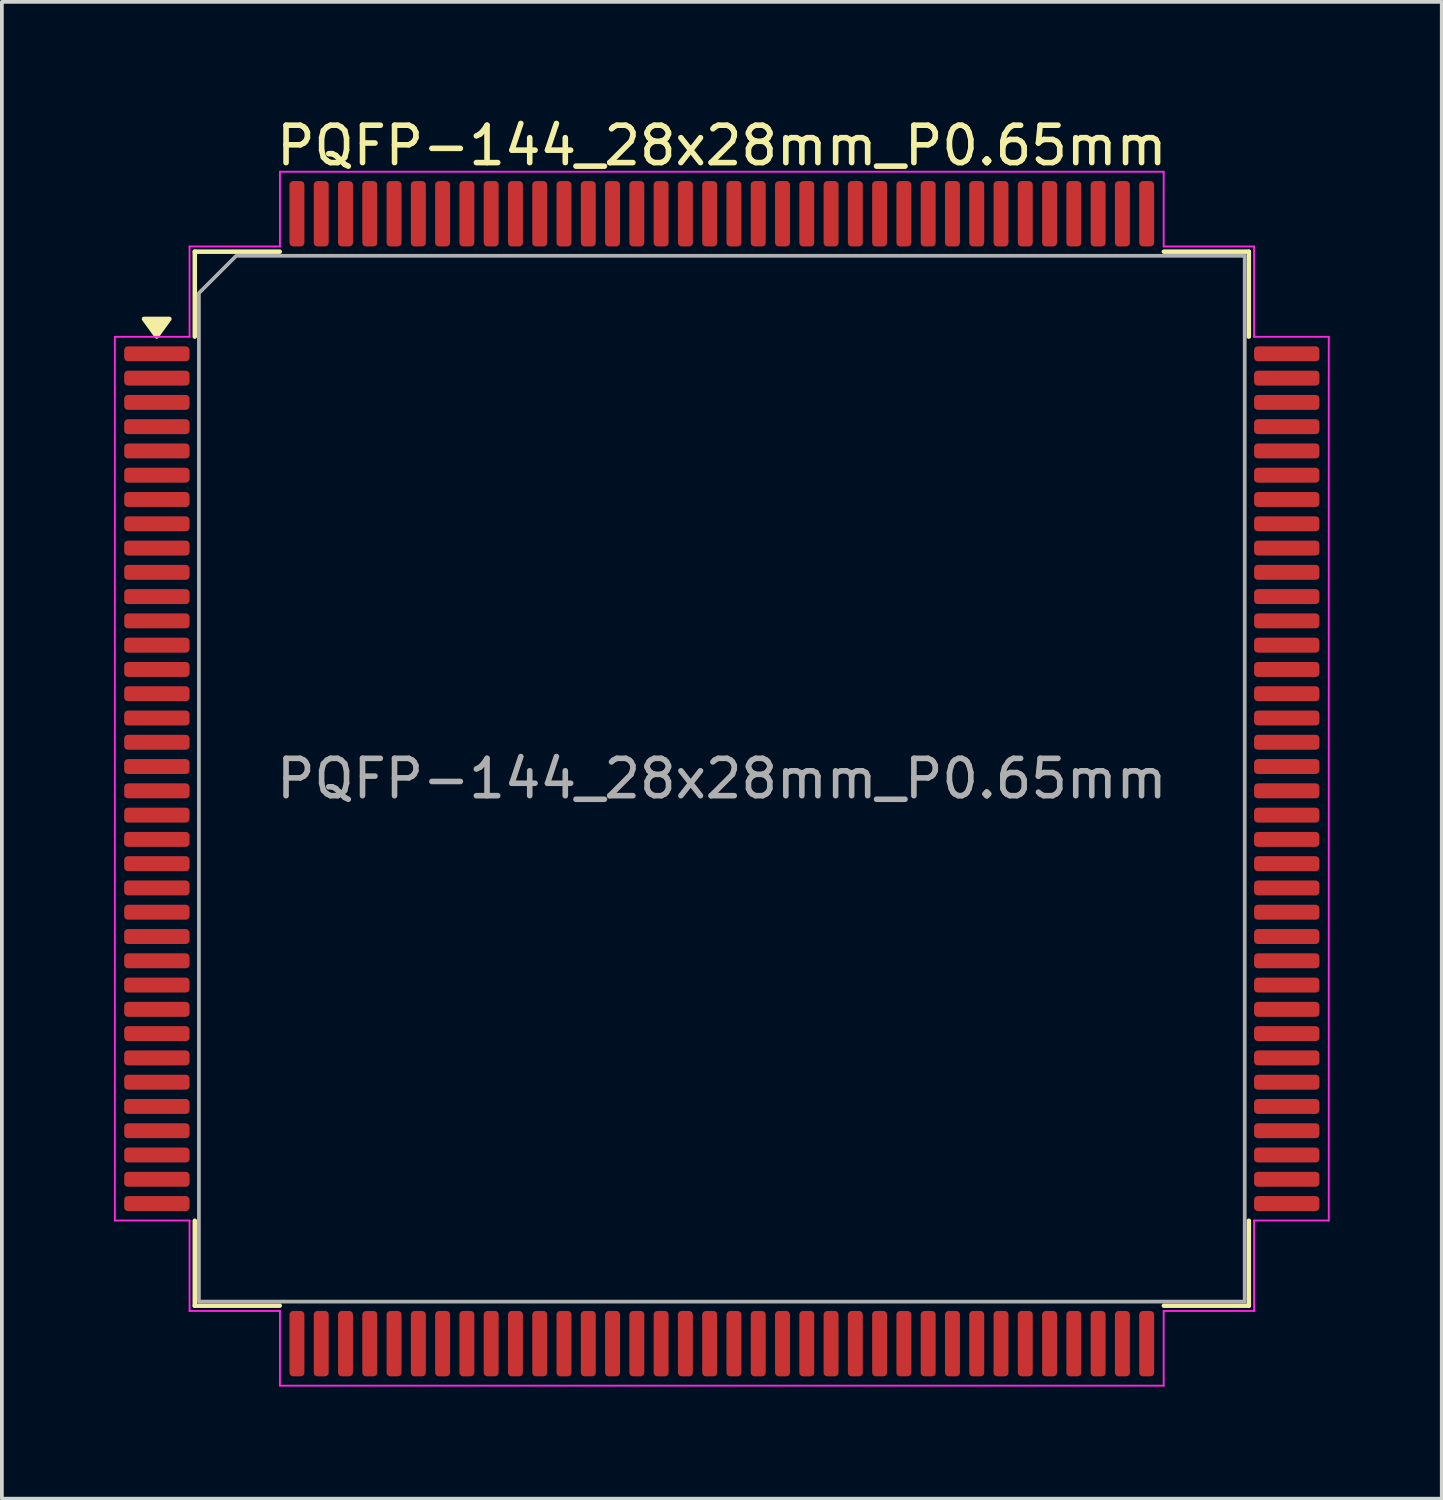
<source format=kicad_pcb>
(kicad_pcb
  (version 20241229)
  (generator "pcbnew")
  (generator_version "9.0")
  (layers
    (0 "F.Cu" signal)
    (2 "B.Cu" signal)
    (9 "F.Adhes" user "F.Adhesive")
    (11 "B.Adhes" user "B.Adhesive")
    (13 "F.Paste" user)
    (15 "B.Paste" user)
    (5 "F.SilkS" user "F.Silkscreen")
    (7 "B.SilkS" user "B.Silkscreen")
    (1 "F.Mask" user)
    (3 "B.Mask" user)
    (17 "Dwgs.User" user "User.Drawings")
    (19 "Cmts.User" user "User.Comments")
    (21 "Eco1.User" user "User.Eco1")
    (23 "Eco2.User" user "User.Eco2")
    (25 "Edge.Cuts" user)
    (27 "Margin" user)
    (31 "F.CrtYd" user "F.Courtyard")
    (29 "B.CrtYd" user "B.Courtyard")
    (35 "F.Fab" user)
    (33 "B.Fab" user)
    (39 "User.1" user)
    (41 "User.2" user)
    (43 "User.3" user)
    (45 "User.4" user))
  (footprint "PQFP-144_28x28mm_P0.65mm"
    (layer "F.Cu")
    (at 16.275 17.798)
    (property "Reference" "PQFP-144_28x28mm_P0.65mm" (at 0 -16.95 0) (layer "F.SilkS") (effects (font (size 1 1) (thickness 0.15))))
    (attr smd)
    (fp_line (start -14.11 -14.11) (end -11.835 -14.11) (stroke (width 0.12) (type solid)) (layer "F.SilkS"))
    (fp_line (start -14.11 -11.835) (end -14.11 -14.11) (stroke (width 0.12) (type solid)) (layer "F.SilkS"))
    (fp_line (start -14.11 14.11) (end -14.11 11.835) (stroke (width 0.12) (type solid)) (layer "F.SilkS"))
    (fp_line (start -11.835 14.11) (end -14.11 14.11) (stroke (width 0.12) (type solid)) (layer "F.SilkS"))
    (fp_line (start 11.835 -14.11) (end 14.11 -14.11) (stroke (width 0.12) (type solid)) (layer "F.SilkS"))
    (fp_line (start 14.11 -14.11) (end 14.11 -11.835) (stroke (width 0.12) (type solid)) (layer "F.SilkS"))
    (fp_line (start 14.11 11.835) (end 14.11 14.11) (stroke (width 0.12) (type solid)) (layer "F.SilkS"))
    (fp_line (start 14.11 14.11) (end 11.835 14.11) (stroke (width 0.12) (type solid)) (layer "F.SilkS"))
    (fp_poly (pts (xy -15.13 -11.84) (xy -15.47 -12.31) (xy -14.79 -12.31)) (stroke (width 0.12) (type solid)) (fill yes) (layer "F.SilkS"))
    (fp_line (start -16.25 -11.83) (end -14.25 -11.83) (stroke (width 0.05) (type solid)) (layer "F.CrtYd"))
    (fp_line (start -16.25 11.83) (end -16.25 -11.83) (stroke (width 0.05) (type solid)) (layer "F.CrtYd"))
    (fp_line (start -14.25 -14.25) (end -11.83 -14.25) (stroke (width 0.05) (type solid)) (layer "F.CrtYd"))
    (fp_line (start -14.25 -11.83) (end -14.25 -14.25) (stroke (width 0.05) (type solid)) (layer "F.CrtYd"))
    (fp_line (start -14.25 11.83) (end -16.25 11.83) (stroke (width 0.05) (type solid)) (layer "F.CrtYd"))
    (fp_line (start -14.25 14.25) (end -14.25 11.83) (stroke (width 0.05) (type solid)) (layer "F.CrtYd"))
    (fp_line (start -11.83 -16.25) (end 11.83 -16.25) (stroke (width 0.05) (type solid)) (layer "F.CrtYd"))
    (fp_line (start -11.83 -14.25) (end -11.83 -16.25) (stroke (width 0.05) (type solid)) (layer "F.CrtYd"))
    (fp_line (start -11.83 14.25) (end -14.25 14.25) (stroke (width 0.05) (type solid)) (layer "F.CrtYd"))
    (fp_line (start -11.83 16.25) (end -11.83 14.25) (stroke (width 0.05) (type solid)) (layer "F.CrtYd"))
    (fp_line (start 11.83 -16.25) (end 11.83 -14.25) (stroke (width 0.05) (type solid)) (layer "F.CrtYd"))
    (fp_line (start 11.83 -14.25) (end 14.25 -14.25) (stroke (width 0.05) (type solid)) (layer "F.CrtYd"))
    (fp_line (start 11.83 14.25) (end 11.83 16.25) (stroke (width 0.05) (type solid)) (layer "F.CrtYd"))
    (fp_line (start 11.83 16.25) (end -11.83 16.25) (stroke (width 0.05) (type solid)) (layer "F.CrtYd"))
    (fp_line (start 14.25 -14.25) (end 14.25 -11.83) (stroke (width 0.05) (type solid)) (layer "F.CrtYd"))
    (fp_line (start 14.25 -11.83) (end 16.25 -11.83) (stroke (width 0.05) (type solid)) (layer "F.CrtYd"))
    (fp_line (start 14.25 11.83) (end 14.25 14.25) (stroke (width 0.05) (type solid)) (layer "F.CrtYd"))
    (fp_line (start 14.25 14.25) (end 11.83 14.25) (stroke (width 0.05) (type solid)) (layer "F.CrtYd"))
    (fp_line (start 16.25 -11.83) (end 16.25 11.83) (stroke (width 0.05) (type solid)) (layer "F.CrtYd"))
    (fp_line (start 16.25 11.83) (end 14.25 11.83) (stroke (width 0.05) (type solid)) (layer "F.CrtYd"))
    (fp_poly (pts (xy -14 -13) (xy -14 14) (xy 14 14) (xy 14 -14) (xy -13 -14)) (stroke (width 0.1) (type solid)) (fill no) (layer "F.Fab"))
    (fp_text user "${REFERENCE}" (at 0 0 0) (layer "F.Fab") (effects (font (size 1 1) (thickness 0.15))))
    (pad "1" smd roundrect (at -15.125 -11.375) (size 1.75 0.4) (layers "F.Cu" "F.Mask" "F.Paste") (roundrect_rratio 0.25))
    (pad "2" smd roundrect (at -15.125 -10.725) (size 1.75 0.4) (layers "F.Cu" "F.Mask" "F.Paste") (roundrect_rratio 0.25))
    (pad "3" smd roundrect (at -15.125 -10.075) (size 1.75 0.4) (layers "F.Cu" "F.Mask" "F.Paste") (roundrect_rratio 0.25))
    (pad "4" smd roundrect (at -15.125 -9.425) (size 1.75 0.4) (layers "F.Cu" "F.Mask" "F.Paste") (roundrect_rratio 0.25))
    (pad "5" smd roundrect (at -15.125 -8.775) (size 1.75 0.4) (layers "F.Cu" "F.Mask" "F.Paste") (roundrect_rratio 0.25))
    (pad "6" smd roundrect (at -15.125 -8.125) (size 1.75 0.4) (layers "F.Cu" "F.Mask" "F.Paste") (roundrect_rratio 0.25))
    (pad "7" smd roundrect (at -15.125 -7.475) (size 1.75 0.4) (layers "F.Cu" "F.Mask" "F.Paste") (roundrect_rratio 0.25))
    (pad "8" smd roundrect (at -15.125 -6.825) (size 1.75 0.4) (layers "F.Cu" "F.Mask" "F.Paste") (roundrect_rratio 0.25))
    (pad "9" smd roundrect (at -15.125 -6.175) (size 1.75 0.4) (layers "F.Cu" "F.Mask" "F.Paste") (roundrect_rratio 0.25))
    (pad "10" smd roundrect (at -15.125 -5.525) (size 1.75 0.4) (layers "F.Cu" "F.Mask" "F.Paste") (roundrect_rratio 0.25))
    (pad "11" smd roundrect (at -15.125 -4.875) (size 1.75 0.4) (layers "F.Cu" "F.Mask" "F.Paste") (roundrect_rratio 0.25))
    (pad "12" smd roundrect (at -15.125 -4.225) (size 1.75 0.4) (layers "F.Cu" "F.Mask" "F.Paste") (roundrect_rratio 0.25))
    (pad "13" smd roundrect (at -15.125 -3.575) (size 1.75 0.4) (layers "F.Cu" "F.Mask" "F.Paste") (roundrect_rratio 0.25))
    (pad "14" smd roundrect (at -15.125 -2.925) (size 1.75 0.4) (layers "F.Cu" "F.Mask" "F.Paste") (roundrect_rratio 0.25))
    (pad "15" smd roundrect (at -15.125 -2.275) (size 1.75 0.4) (layers "F.Cu" "F.Mask" "F.Paste") (roundrect_rratio 0.25))
    (pad "16" smd roundrect (at -15.125 -1.625) (size 1.75 0.4) (layers "F.Cu" "F.Mask" "F.Paste") (roundrect_rratio 0.25))
    (pad "17" smd roundrect (at -15.125 -0.975) (size 1.75 0.4) (layers "F.Cu" "F.Mask" "F.Paste") (roundrect_rratio 0.25))
    (pad "18" smd roundrect (at -15.125 -0.325) (size 1.75 0.4) (layers "F.Cu" "F.Mask" "F.Paste") (roundrect_rratio 0.25))
    (pad "19" smd roundrect (at -15.125 0.325) (size 1.75 0.4) (layers "F.Cu" "F.Mask" "F.Paste") (roundrect_rratio 0.25))
    (pad "20" smd roundrect (at -15.125 0.975) (size 1.75 0.4) (layers "F.Cu" "F.Mask" "F.Paste") (roundrect_rratio 0.25))
    (pad "21" smd roundrect (at -15.125 1.625) (size 1.75 0.4) (layers "F.Cu" "F.Mask" "F.Paste") (roundrect_rratio 0.25))
    (pad "22" smd roundrect (at -15.125 2.275) (size 1.75 0.4) (layers "F.Cu" "F.Mask" "F.Paste") (roundrect_rratio 0.25))
    (pad "23" smd roundrect (at -15.125 2.925) (size 1.75 0.4) (layers "F.Cu" "F.Mask" "F.Paste") (roundrect_rratio 0.25))
    (pad "24" smd roundrect (at -15.125 3.575) (size 1.75 0.4) (layers "F.Cu" "F.Mask" "F.Paste") (roundrect_rratio 0.25))
    (pad "25" smd roundrect (at -15.125 4.225) (size 1.75 0.4) (layers "F.Cu" "F.Mask" "F.Paste") (roundrect_rratio 0.25))
    (pad "26" smd roundrect (at -15.125 4.875) (size 1.75 0.4) (layers "F.Cu" "F.Mask" "F.Paste") (roundrect_rratio 0.25))
    (pad "27" smd roundrect (at -15.125 5.525) (size 1.75 0.4) (layers "F.Cu" "F.Mask" "F.Paste") (roundrect_rratio 0.25))
    (pad "28" smd roundrect (at -15.125 6.175) (size 1.75 0.4) (layers "F.Cu" "F.Mask" "F.Paste") (roundrect_rratio 0.25))
    (pad "29" smd roundrect (at -15.125 6.825) (size 1.75 0.4) (layers "F.Cu" "F.Mask" "F.Paste") (roundrect_rratio 0.25))
    (pad "30" smd roundrect (at -15.125 7.475) (size 1.75 0.4) (layers "F.Cu" "F.Mask" "F.Paste") (roundrect_rratio 0.25))
    (pad "31" smd roundrect (at -15.125 8.125) (size 1.75 0.4) (layers "F.Cu" "F.Mask" "F.Paste") (roundrect_rratio 0.25))
    (pad "32" smd roundrect (at -15.125 8.775) (size 1.75 0.4) (layers "F.Cu" "F.Mask" "F.Paste") (roundrect_rratio 0.25))
    (pad "33" smd roundrect (at -15.125 9.425) (size 1.75 0.4) (layers "F.Cu" "F.Mask" "F.Paste") (roundrect_rratio 0.25))
    (pad "34" smd roundrect (at -15.125 10.075) (size 1.75 0.4) (layers "F.Cu" "F.Mask" "F.Paste") (roundrect_rratio 0.25))
    (pad "35" smd roundrect (at -15.125 10.725) (size 1.75 0.4) (layers "F.Cu" "F.Mask" "F.Paste") (roundrect_rratio 0.25))
    (pad "36" smd roundrect (at -15.125 11.375) (size 1.75 0.4) (layers "F.Cu" "F.Mask" "F.Paste") (roundrect_rratio 0.25))
    (pad "37" smd roundrect (at -11.375 15.125) (size 0.4 1.75) (layers "F.Cu" "F.Mask" "F.Paste") (roundrect_rratio 0.25))
    (pad "38" smd roundrect (at -10.725 15.125) (size 0.4 1.75) (layers "F.Cu" "F.Mask" "F.Paste") (roundrect_rratio 0.25))
    (pad "39" smd roundrect (at -10.075 15.125) (size 0.4 1.75) (layers "F.Cu" "F.Mask" "F.Paste") (roundrect_rratio 0.25))
    (pad "40" smd roundrect (at -9.425 15.125) (size 0.4 1.75) (layers "F.Cu" "F.Mask" "F.Paste") (roundrect_rratio 0.25))
    (pad "41" smd roundrect (at -8.775 15.125) (size 0.4 1.75) (layers "F.Cu" "F.Mask" "F.Paste") (roundrect_rratio 0.25))
    (pad "42" smd roundrect (at -8.125 15.125) (size 0.4 1.75) (layers "F.Cu" "F.Mask" "F.Paste") (roundrect_rratio 0.25))
    (pad "43" smd roundrect (at -7.475 15.125) (size 0.4 1.75) (layers "F.Cu" "F.Mask" "F.Paste") (roundrect_rratio 0.25))
    (pad "44" smd roundrect (at -6.825 15.125) (size 0.4 1.75) (layers "F.Cu" "F.Mask" "F.Paste") (roundrect_rratio 0.25))
    (pad "45" smd roundrect (at -6.175 15.125) (size 0.4 1.75) (layers "F.Cu" "F.Mask" "F.Paste") (roundrect_rratio 0.25))
    (pad "46" smd roundrect (at -5.525 15.125) (size 0.4 1.75) (layers "F.Cu" "F.Mask" "F.Paste") (roundrect_rratio 0.25))
    (pad "47" smd roundrect (at -4.875 15.125) (size 0.4 1.75) (layers "F.Cu" "F.Mask" "F.Paste") (roundrect_rratio 0.25))
    (pad "48" smd roundrect (at -4.225 15.125) (size 0.4 1.75) (layers "F.Cu" "F.Mask" "F.Paste") (roundrect_rratio 0.25))
    (pad "49" smd roundrect (at -3.575 15.125) (size 0.4 1.75) (layers "F.Cu" "F.Mask" "F.Paste") (roundrect_rratio 0.25))
    (pad "50" smd roundrect (at -2.925 15.125) (size 0.4 1.75) (layers "F.Cu" "F.Mask" "F.Paste") (roundrect_rratio 0.25))
    (pad "51" smd roundrect (at -2.275 15.125) (size 0.4 1.75) (layers "F.Cu" "F.Mask" "F.Paste") (roundrect_rratio 0.25))
    (pad "52" smd roundrect (at -1.625 15.125) (size 0.4 1.75) (layers "F.Cu" "F.Mask" "F.Paste") (roundrect_rratio 0.25))
    (pad "53" smd roundrect (at -0.975 15.125) (size 0.4 1.75) (layers "F.Cu" "F.Mask" "F.Paste") (roundrect_rratio 0.25))
    (pad "54" smd roundrect (at -0.325 15.125) (size 0.4 1.75) (layers "F.Cu" "F.Mask" "F.Paste") (roundrect_rratio 0.25))
    (pad "55" smd roundrect (at 0.325 15.125) (size 0.4 1.75) (layers "F.Cu" "F.Mask" "F.Paste") (roundrect_rratio 0.25))
    (pad "56" smd roundrect (at 0.975 15.125) (size 0.4 1.75) (layers "F.Cu" "F.Mask" "F.Paste") (roundrect_rratio 0.25))
    (pad "57" smd roundrect (at 1.625 15.125) (size 0.4 1.75) (layers "F.Cu" "F.Mask" "F.Paste") (roundrect_rratio 0.25))
    (pad "58" smd roundrect (at 2.275 15.125) (size 0.4 1.75) (layers "F.Cu" "F.Mask" "F.Paste") (roundrect_rratio 0.25))
    (pad "59" smd roundrect (at 2.925 15.125) (size 0.4 1.75) (layers "F.Cu" "F.Mask" "F.Paste") (roundrect_rratio 0.25))
    (pad "60" smd roundrect (at 3.575 15.125) (size 0.4 1.75) (layers "F.Cu" "F.Mask" "F.Paste") (roundrect_rratio 0.25))
    (pad "61" smd roundrect (at 4.225 15.125) (size 0.4 1.75) (layers "F.Cu" "F.Mask" "F.Paste") (roundrect_rratio 0.25))
    (pad "62" smd roundrect (at 4.875 15.125) (size 0.4 1.75) (layers "F.Cu" "F.Mask" "F.Paste") (roundrect_rratio 0.25))
    (pad "63" smd roundrect (at 5.525 15.125) (size 0.4 1.75) (layers "F.Cu" "F.Mask" "F.Paste") (roundrect_rratio 0.25))
    (pad "64" smd roundrect (at 6.175 15.125) (size 0.4 1.75) (layers "F.Cu" "F.Mask" "F.Paste") (roundrect_rratio 0.25))
    (pad "65" smd roundrect (at 6.825 15.125) (size 0.4 1.75) (layers "F.Cu" "F.Mask" "F.Paste") (roundrect_rratio 0.25))
    (pad "66" smd roundrect (at 7.475 15.125) (size 0.4 1.75) (layers "F.Cu" "F.Mask" "F.Paste") (roundrect_rratio 0.25))
    (pad "67" smd roundrect (at 8.125 15.125) (size 0.4 1.75) (layers "F.Cu" "F.Mask" "F.Paste") (roundrect_rratio 0.25))
    (pad "68" smd roundrect (at 8.775 15.125) (size 0.4 1.75) (layers "F.Cu" "F.Mask" "F.Paste") (roundrect_rratio 0.25))
    (pad "69" smd roundrect (at 9.425 15.125) (size 0.4 1.75) (layers "F.Cu" "F.Mask" "F.Paste") (roundrect_rratio 0.25))
    (pad "70" smd roundrect (at 10.075 15.125) (size 0.4 1.75) (layers "F.Cu" "F.Mask" "F.Paste") (roundrect_rratio 0.25))
    (pad "71" smd roundrect (at 10.725 15.125) (size 0.4 1.75) (layers "F.Cu" "F.Mask" "F.Paste") (roundrect_rratio 0.25))
    (pad "72" smd roundrect (at 11.375 15.125) (size 0.4 1.75) (layers "F.Cu" "F.Mask" "F.Paste") (roundrect_rratio 0.25))
    (pad "73" smd roundrect (at 15.125 11.375) (size 1.75 0.4) (layers "F.Cu" "F.Mask" "F.Paste") (roundrect_rratio 0.25))
    (pad "74" smd roundrect (at 15.125 10.725) (size 1.75 0.4) (layers "F.Cu" "F.Mask" "F.Paste") (roundrect_rratio 0.25))
    (pad "75" smd roundrect (at 15.125 10.075) (size 1.75 0.4) (layers "F.Cu" "F.Mask" "F.Paste") (roundrect_rratio 0.25))
    (pad "76" smd roundrect (at 15.125 9.425) (size 1.75 0.4) (layers "F.Cu" "F.Mask" "F.Paste") (roundrect_rratio 0.25))
    (pad "77" smd roundrect (at 15.125 8.775) (size 1.75 0.4) (layers "F.Cu" "F.Mask" "F.Paste") (roundrect_rratio 0.25))
    (pad "78" smd roundrect (at 15.125 8.125) (size 1.75 0.4) (layers "F.Cu" "F.Mask" "F.Paste") (roundrect_rratio 0.25))
    (pad "79" smd roundrect (at 15.125 7.475) (size 1.75 0.4) (layers "F.Cu" "F.Mask" "F.Paste") (roundrect_rratio 0.25))
    (pad "80" smd roundrect (at 15.125 6.825) (size 1.75 0.4) (layers "F.Cu" "F.Mask" "F.Paste") (roundrect_rratio 0.25))
    (pad "81" smd roundrect (at 15.125 6.175) (size 1.75 0.4) (layers "F.Cu" "F.Mask" "F.Paste") (roundrect_rratio 0.25))
    (pad "82" smd roundrect (at 15.125 5.525) (size 1.75 0.4) (layers "F.Cu" "F.Mask" "F.Paste") (roundrect_rratio 0.25))
    (pad "83" smd roundrect (at 15.125 4.875) (size 1.75 0.4) (layers "F.Cu" "F.Mask" "F.Paste") (roundrect_rratio 0.25))
    (pad "84" smd roundrect (at 15.125 4.225) (size 1.75 0.4) (layers "F.Cu" "F.Mask" "F.Paste") (roundrect_rratio 0.25))
    (pad "85" smd roundrect (at 15.125 3.575) (size 1.75 0.4) (layers "F.Cu" "F.Mask" "F.Paste") (roundrect_rratio 0.25))
    (pad "86" smd roundrect (at 15.125 2.925) (size 1.75 0.4) (layers "F.Cu" "F.Mask" "F.Paste") (roundrect_rratio 0.25))
    (pad "87" smd roundrect (at 15.125 2.275) (size 1.75 0.4) (layers "F.Cu" "F.Mask" "F.Paste") (roundrect_rratio 0.25))
    (pad "88" smd roundrect (at 15.125 1.625) (size 1.75 0.4) (layers "F.Cu" "F.Mask" "F.Paste") (roundrect_rratio 0.25))
    (pad "89" smd roundrect (at 15.125 0.975) (size 1.75 0.4) (layers "F.Cu" "F.Mask" "F.Paste") (roundrect_rratio 0.25))
    (pad "90" smd roundrect (at 15.125 0.325) (size 1.75 0.4) (layers "F.Cu" "F.Mask" "F.Paste") (roundrect_rratio 0.25))
    (pad "91" smd roundrect (at 15.125 -0.325) (size 1.75 0.4) (layers "F.Cu" "F.Mask" "F.Paste") (roundrect_rratio 0.25))
    (pad "92" smd roundrect (at 15.125 -0.975) (size 1.75 0.4) (layers "F.Cu" "F.Mask" "F.Paste") (roundrect_rratio 0.25))
    (pad "93" smd roundrect (at 15.125 -1.625) (size 1.75 0.4) (layers "F.Cu" "F.Mask" "F.Paste") (roundrect_rratio 0.25))
    (pad "94" smd roundrect (at 15.125 -2.275) (size 1.75 0.4) (layers "F.Cu" "F.Mask" "F.Paste") (roundrect_rratio 0.25))
    (pad "95" smd roundrect (at 15.125 -2.925) (size 1.75 0.4) (layers "F.Cu" "F.Mask" "F.Paste") (roundrect_rratio 0.25))
    (pad "96" smd roundrect (at 15.125 -3.575) (size 1.75 0.4) (layers "F.Cu" "F.Mask" "F.Paste") (roundrect_rratio 0.25))
    (pad "97" smd roundrect (at 15.125 -4.225) (size 1.75 0.4) (layers "F.Cu" "F.Mask" "F.Paste") (roundrect_rratio 0.25))
    (pad "98" smd roundrect (at 15.125 -4.875) (size 1.75 0.4) (layers "F.Cu" "F.Mask" "F.Paste") (roundrect_rratio 0.25))
    (pad "99" smd roundrect (at 15.125 -5.525) (size 1.75 0.4) (layers "F.Cu" "F.Mask" "F.Paste") (roundrect_rratio 0.25))
    (pad "100" smd roundrect (at 15.125 -6.175) (size 1.75 0.4) (layers "F.Cu" "F.Mask" "F.Paste") (roundrect_rratio 0.25))
    (pad "101" smd roundrect (at 15.125 -6.825) (size 1.75 0.4) (layers "F.Cu" "F.Mask" "F.Paste") (roundrect_rratio 0.25))
    (pad "102" smd roundrect (at 15.125 -7.475) (size 1.75 0.4) (layers "F.Cu" "F.Mask" "F.Paste") (roundrect_rratio 0.25))
    (pad "103" smd roundrect (at 15.125 -8.125) (size 1.75 0.4) (layers "F.Cu" "F.Mask" "F.Paste") (roundrect_rratio 0.25))
    (pad "104" smd roundrect (at 15.125 -8.775) (size 1.75 0.4) (layers "F.Cu" "F.Mask" "F.Paste") (roundrect_rratio 0.25))
    (pad "105" smd roundrect (at 15.125 -9.425) (size 1.75 0.4) (layers "F.Cu" "F.Mask" "F.Paste") (roundrect_rratio 0.25))
    (pad "106" smd roundrect (at 15.125 -10.075) (size 1.75 0.4) (layers "F.Cu" "F.Mask" "F.Paste") (roundrect_rratio 0.25))
    (pad "107" smd roundrect (at 15.125 -10.725) (size 1.75 0.4) (layers "F.Cu" "F.Mask" "F.Paste") (roundrect_rratio 0.25))
    (pad "108" smd roundrect (at 15.125 -11.375) (size 1.75 0.4) (layers "F.Cu" "F.Mask" "F.Paste") (roundrect_rratio 0.25))
    (pad "109" smd roundrect (at 11.375 -15.125) (size 0.4 1.75) (layers "F.Cu" "F.Mask" "F.Paste") (roundrect_rratio 0.25))
    (pad "110" smd roundrect (at 10.725 -15.125) (size 0.4 1.75) (layers "F.Cu" "F.Mask" "F.Paste") (roundrect_rratio 0.25))
    (pad "111" smd roundrect (at 10.075 -15.125) (size 0.4 1.75) (layers "F.Cu" "F.Mask" "F.Paste") (roundrect_rratio 0.25))
    (pad "112" smd roundrect (at 9.425 -15.125) (size 0.4 1.75) (layers "F.Cu" "F.Mask" "F.Paste") (roundrect_rratio 0.25))
    (pad "113" smd roundrect (at 8.775 -15.125) (size 0.4 1.75) (layers "F.Cu" "F.Mask" "F.Paste") (roundrect_rratio 0.25))
    (pad "114" smd roundrect (at 8.125 -15.125) (size 0.4 1.75) (layers "F.Cu" "F.Mask" "F.Paste") (roundrect_rratio 0.25))
    (pad "115" smd roundrect (at 7.475 -15.125) (size 0.4 1.75) (layers "F.Cu" "F.Mask" "F.Paste") (roundrect_rratio 0.25))
    (pad "116" smd roundrect (at 6.825 -15.125) (size 0.4 1.75) (layers "F.Cu" "F.Mask" "F.Paste") (roundrect_rratio 0.25))
    (pad "117" smd roundrect (at 6.175 -15.125) (size 0.4 1.75) (layers "F.Cu" "F.Mask" "F.Paste") (roundrect_rratio 0.25))
    (pad "118" smd roundrect (at 5.525 -15.125) (size 0.4 1.75) (layers "F.Cu" "F.Mask" "F.Paste") (roundrect_rratio 0.25))
    (pad "119" smd roundrect (at 4.875 -15.125) (size 0.4 1.75) (layers "F.Cu" "F.Mask" "F.Paste") (roundrect_rratio 0.25))
    (pad "120" smd roundrect (at 4.225 -15.125) (size 0.4 1.75) (layers "F.Cu" "F.Mask" "F.Paste") (roundrect_rratio 0.25))
    (pad "121" smd roundrect (at 3.575 -15.125) (size 0.4 1.75) (layers "F.Cu" "F.Mask" "F.Paste") (roundrect_rratio 0.25))
    (pad "122" smd roundrect (at 2.925 -15.125) (size 0.4 1.75) (layers "F.Cu" "F.Mask" "F.Paste") (roundrect_rratio 0.25))
    (pad "123" smd roundrect (at 2.275 -15.125) (size 0.4 1.75) (layers "F.Cu" "F.Mask" "F.Paste") (roundrect_rratio 0.25))
    (pad "124" smd roundrect (at 1.625 -15.125) (size 0.4 1.75) (layers "F.Cu" "F.Mask" "F.Paste") (roundrect_rratio 0.25))
    (pad "125" smd roundrect (at 0.975 -15.125) (size 0.4 1.75) (layers "F.Cu" "F.Mask" "F.Paste") (roundrect_rratio 0.25))
    (pad "126" smd roundrect (at 0.325 -15.125) (size 0.4 1.75) (layers "F.Cu" "F.Mask" "F.Paste") (roundrect_rratio 0.25))
    (pad "127" smd roundrect (at -0.325 -15.125) (size 0.4 1.75) (layers "F.Cu" "F.Mask" "F.Paste") (roundrect_rratio 0.25))
    (pad "128" smd roundrect (at -0.975 -15.125) (size 0.4 1.75) (layers "F.Cu" "F.Mask" "F.Paste") (roundrect_rratio 0.25))
    (pad "129" smd roundrect (at -1.625 -15.125) (size 0.4 1.75) (layers "F.Cu" "F.Mask" "F.Paste") (roundrect_rratio 0.25))
    (pad "130" smd roundrect (at -2.275 -15.125) (size 0.4 1.75) (layers "F.Cu" "F.Mask" "F.Paste") (roundrect_rratio 0.25))
    (pad "131" smd roundrect (at -2.925 -15.125) (size 0.4 1.75) (layers "F.Cu" "F.Mask" "F.Paste") (roundrect_rratio 0.25))
    (pad "132" smd roundrect (at -3.575 -15.125) (size 0.4 1.75) (layers "F.Cu" "F.Mask" "F.Paste") (roundrect_rratio 0.25))
    (pad "133" smd roundrect (at -4.225 -15.125) (size 0.4 1.75) (layers "F.Cu" "F.Mask" "F.Paste") (roundrect_rratio 0.25))
    (pad "134" smd roundrect (at -4.875 -15.125) (size 0.4 1.75) (layers "F.Cu" "F.Mask" "F.Paste") (roundrect_rratio 0.25))
    (pad "135" smd roundrect (at -5.525 -15.125) (size 0.4 1.75) (layers "F.Cu" "F.Mask" "F.Paste") (roundrect_rratio 0.25))
    (pad "136" smd roundrect (at -6.175 -15.125) (size 0.4 1.75) (layers "F.Cu" "F.Mask" "F.Paste") (roundrect_rratio 0.25))
    (pad "137" smd roundrect (at -6.825 -15.125) (size 0.4 1.75) (layers "F.Cu" "F.Mask" "F.Paste") (roundrect_rratio 0.25))
    (pad "138" smd roundrect (at -7.475 -15.125) (size 0.4 1.75) (layers "F.Cu" "F.Mask" "F.Paste") (roundrect_rratio 0.25))
    (pad "139" smd roundrect (at -8.125 -15.125) (size 0.4 1.75) (layers "F.Cu" "F.Mask" "F.Paste") (roundrect_rratio 0.25))
    (pad "140" smd roundrect (at -8.775 -15.125) (size 0.4 1.75) (layers "F.Cu" "F.Mask" "F.Paste") (roundrect_rratio 0.25))
    (pad "141" smd roundrect (at -9.425 -15.125) (size 0.4 1.75) (layers "F.Cu" "F.Mask" "F.Paste") (roundrect_rratio 0.25))
    (pad "142" smd roundrect (at -10.075 -15.125) (size 0.4 1.75) (layers "F.Cu" "F.Mask" "F.Paste") (roundrect_rratio 0.25))
    (pad "143" smd roundrect (at -10.725 -15.125) (size 0.4 1.75) (layers "F.Cu" "F.Mask" "F.Paste") (roundrect_rratio 0.25))
    (pad "144" smd roundrect (at -11.375 -15.125) (size 0.4 1.75) (layers "F.Cu" "F.Mask" "F.Paste") (roundrect_rratio 0.25)))
  (gr_rect
    (start -3 -3)
    (end 35.55 37.073)
    (stroke (width 0.1) (type default))
    (fill no)
    (layer "Edge.Cuts")))
</source>
